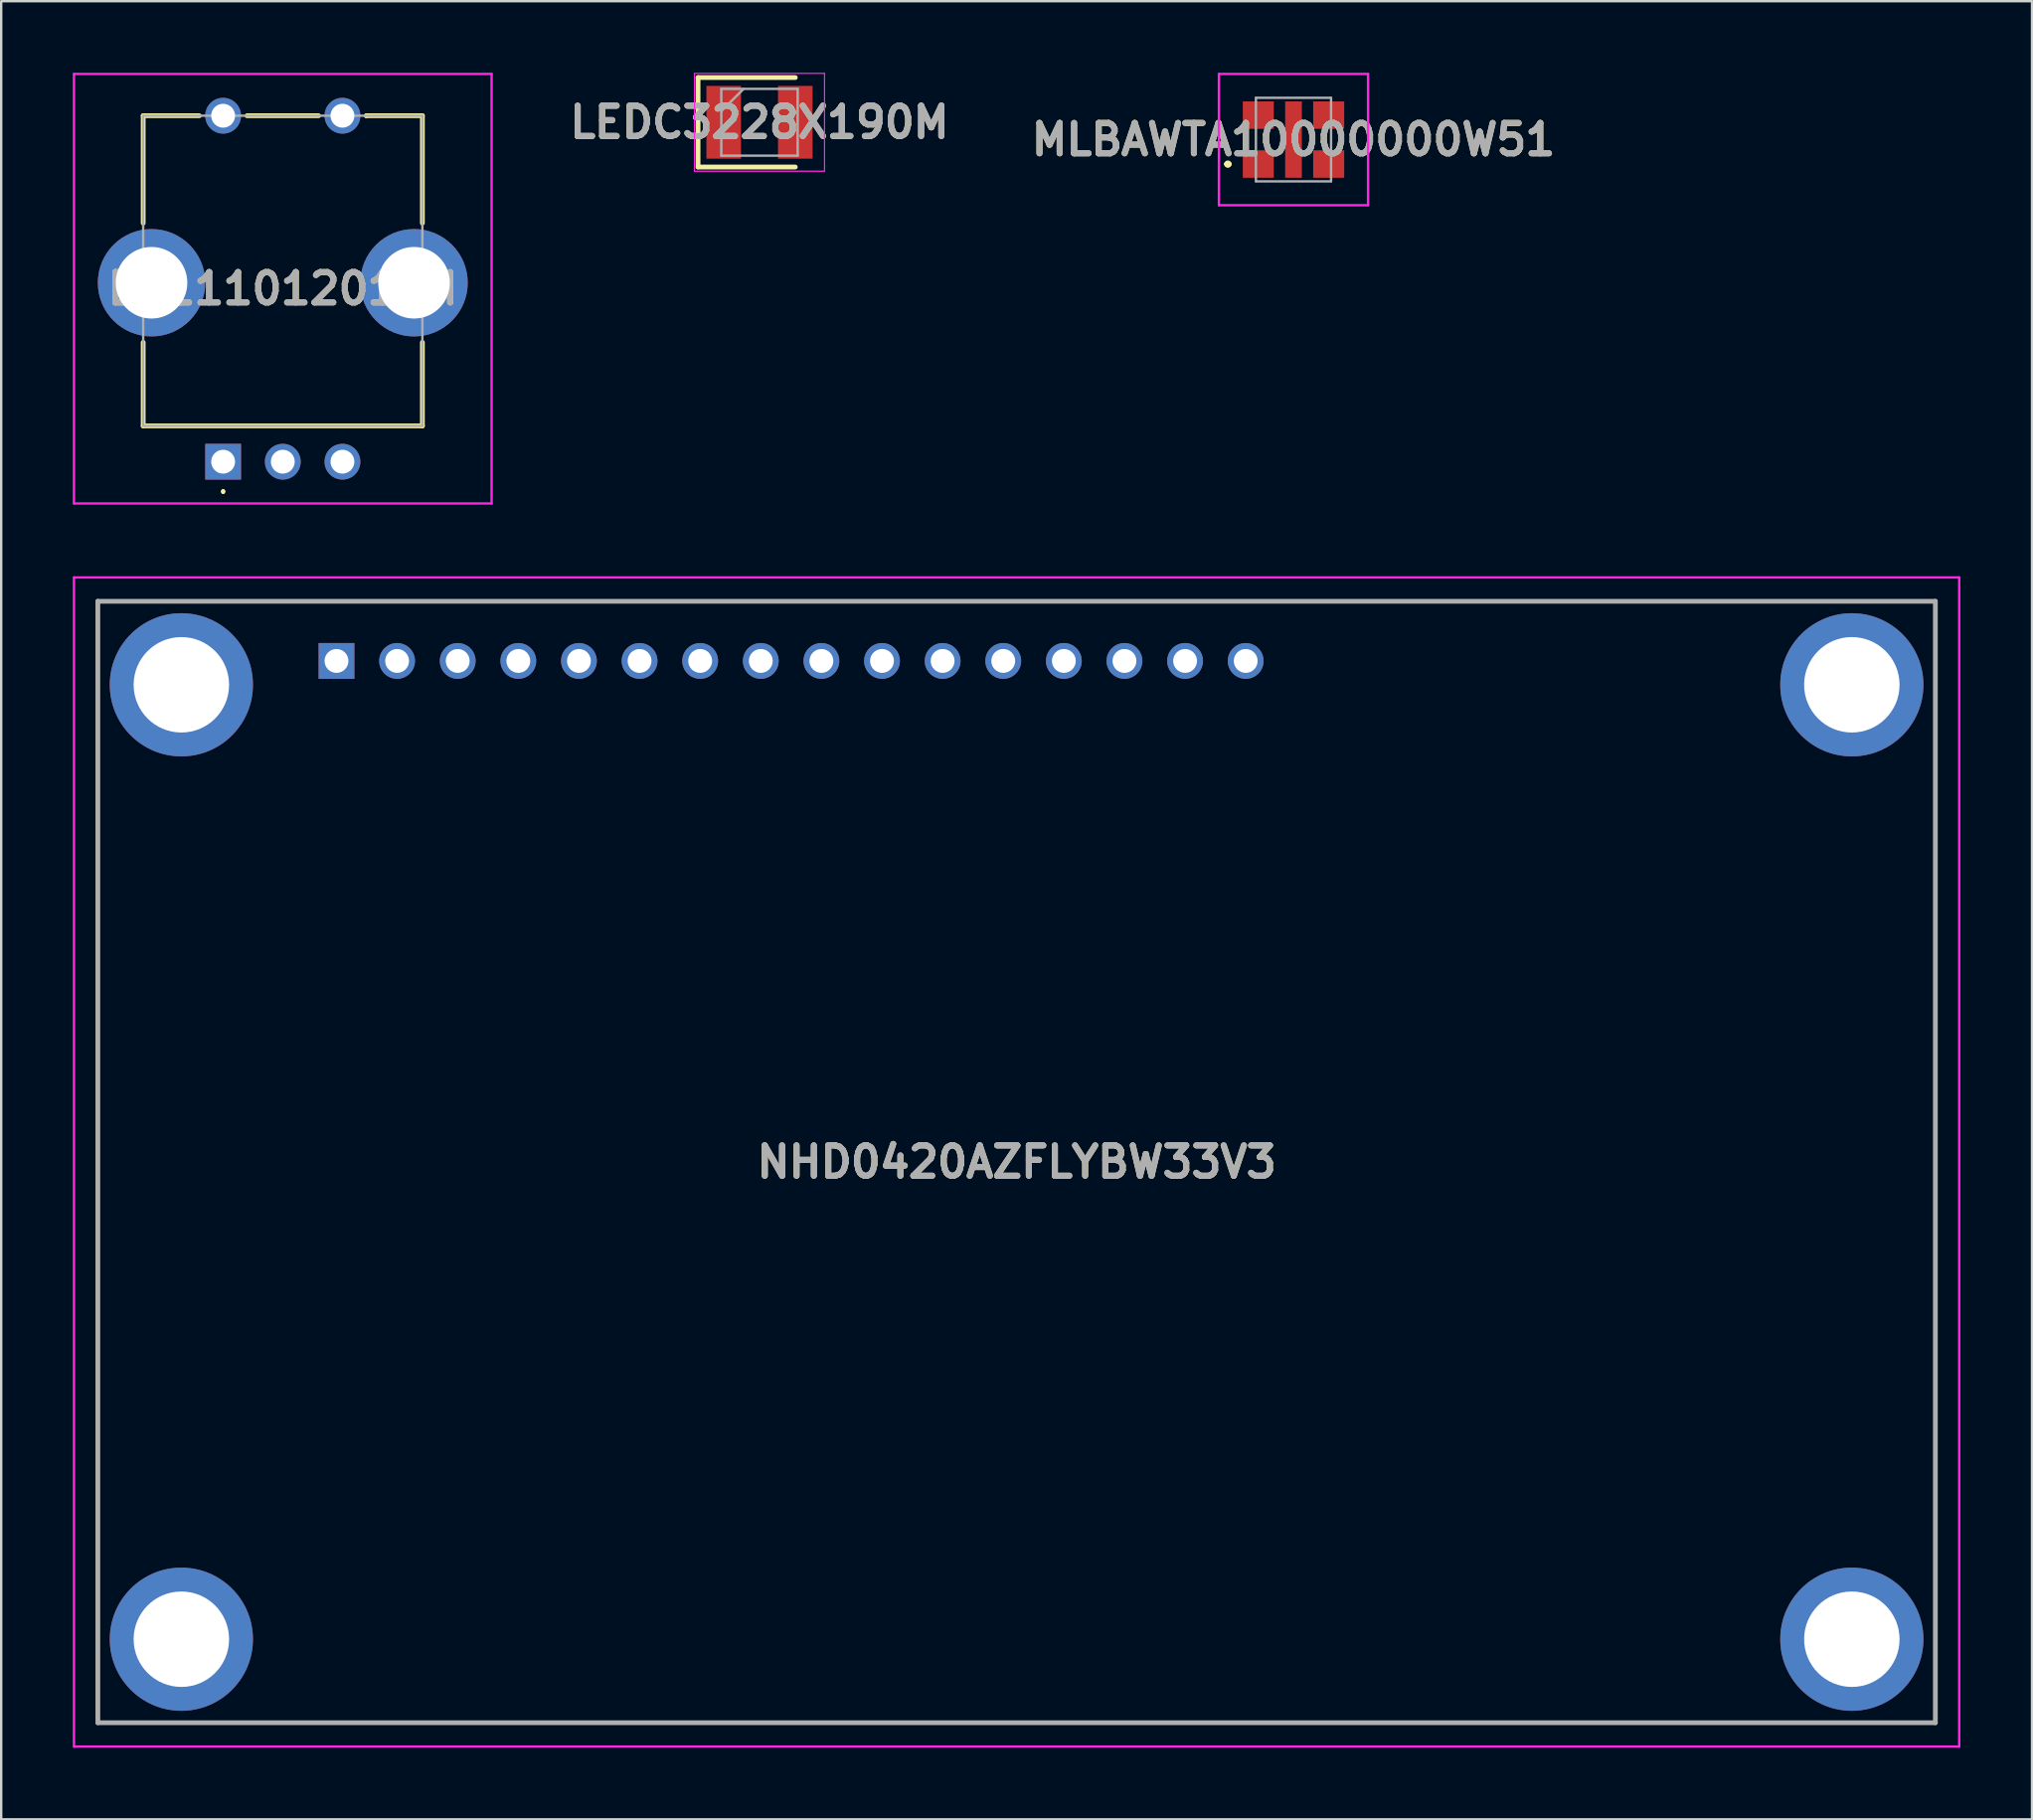
<source format=kicad_pcb>
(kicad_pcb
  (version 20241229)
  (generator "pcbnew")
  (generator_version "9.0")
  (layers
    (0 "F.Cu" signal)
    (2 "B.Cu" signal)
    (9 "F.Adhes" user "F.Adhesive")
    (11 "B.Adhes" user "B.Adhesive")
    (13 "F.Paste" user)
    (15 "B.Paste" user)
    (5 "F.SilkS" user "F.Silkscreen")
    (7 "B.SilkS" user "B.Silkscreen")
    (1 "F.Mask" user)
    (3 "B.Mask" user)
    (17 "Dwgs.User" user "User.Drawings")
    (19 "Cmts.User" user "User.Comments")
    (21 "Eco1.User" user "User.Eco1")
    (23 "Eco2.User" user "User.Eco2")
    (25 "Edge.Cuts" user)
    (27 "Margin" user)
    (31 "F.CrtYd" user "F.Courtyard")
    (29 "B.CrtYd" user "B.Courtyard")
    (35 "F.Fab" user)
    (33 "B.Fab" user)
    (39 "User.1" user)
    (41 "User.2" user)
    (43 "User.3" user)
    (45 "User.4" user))
  (footprint "NHD0420AZFLYBW33V3"
    (layer "F.Cu")
    (at 11.05 24.65)
    (property "Reference" "NHD0420AZFLYBW33V3" (at 28.5 21 0) (layer "F.SilkS") (effects (font (size 1.27 1.27) (thickness 0.254))))
    (attr through_hole)
    (fp_line (start -10 -2.5) (end 67 -2.5) (stroke (width 0.1) (type solid)) (layer "F.SilkS"))
    (fp_line (start -10 44.5) (end -10 -2.5) (stroke (width 0.1) (type solid)) (layer "F.SilkS"))
    (fp_line (start 67 -2.5) (end 67 44.5) (stroke (width 0.1) (type solid)) (layer "F.SilkS"))
    (fp_line (start 67 44.5) (end -10 44.5) (stroke (width 0.1) (type solid)) (layer "F.SilkS"))
    (fp_line (start -11 -3.5) (end 68 -3.5) (stroke (width 0.1) (type solid)) (layer "F.CrtYd"))
    (fp_line (start -11 45.5) (end -11 -3.5) (stroke (width 0.1) (type solid)) (layer "F.CrtYd"))
    (fp_line (start 68 -3.5) (end 68 45.5) (stroke (width 0.1) (type solid)) (layer "F.CrtYd"))
    (fp_line (start 68 45.5) (end -11 45.5) (stroke (width 0.1) (type solid)) (layer "F.CrtYd"))
    (fp_line (start -10 -2.5) (end 67 -2.5) (stroke (width 0.2) (type solid)) (layer "F.Fab"))
    (fp_line (start -10 44.5) (end -10 -2.5) (stroke (width 0.2) (type solid)) (layer "F.Fab"))
    (fp_line (start 67 -2.5) (end 67 44.5) (stroke (width 0.2) (type solid)) (layer "F.Fab"))
    (fp_line (start 67 44.5) (end -10 44.5) (stroke (width 0.2) (type solid)) (layer "F.Fab"))
    (fp_text user "${REFERENCE}" (at 28.5 21 0) (layer "F.Fab") (effects (font (size 1.27 1.27) (thickness 0.254))))
    (pad "1" thru_hole rect (at 0 0) (size 1.5 1.5) (drill 1) (layers "*.Cu" "*.Mask"))
    (pad "2" thru_hole circle (at 2.54 0) (size 1.5 1.5) (drill 1) (layers "*.Cu" "*.Mask"))
    (pad "3" thru_hole circle (at 5.08 0) (size 1.5 1.5) (drill 1) (layers "*.Cu" "*.Mask"))
    (pad "4" thru_hole circle (at 7.62 0) (size 1.5 1.5) (drill 1) (layers "*.Cu" "*.Mask"))
    (pad "5" thru_hole circle (at 10.16 0) (size 1.5 1.5) (drill 1) (layers "*.Cu" "*.Mask"))
    (pad "6" thru_hole circle (at 12.7 0) (size 1.5 1.5) (drill 1) (layers "*.Cu" "*.Mask"))
    (pad "7" thru_hole circle (at 15.24 0) (size 1.5 1.5) (drill 1) (layers "*.Cu" "*.Mask"))
    (pad "8" thru_hole circle (at 17.78 0) (size 1.5 1.5) (drill 1) (layers "*.Cu" "*.Mask"))
    (pad "9" thru_hole circle (at 20.32 0) (size 1.5 1.5) (drill 1) (layers "*.Cu" "*.Mask"))
    (pad "10" thru_hole circle (at 22.86 0) (size 1.5 1.5) (drill 1) (layers "*.Cu" "*.Mask"))
    (pad "11" thru_hole circle (at 25.4 0) (size 1.5 1.5) (drill 1) (layers "*.Cu" "*.Mask"))
    (pad "12" thru_hole circle (at 27.94 0) (size 1.5 1.5) (drill 1) (layers "*.Cu" "*.Mask"))
    (pad "13" thru_hole circle (at 30.48 0) (size 1.5 1.5) (drill 1) (layers "*.Cu" "*.Mask"))
    (pad "14" thru_hole circle (at 33.02 0) (size 1.5 1.5) (drill 1) (layers "*.Cu" "*.Mask"))
    (pad "15" thru_hole circle (at 35.56 0) (size 1.5 1.5) (drill 1) (layers "*.Cu" "*.Mask"))
    (pad "16" thru_hole circle (at 38.1 0) (size 1.5 1.5) (drill 1) (layers "*.Cu" "*.Mask"))
    (pad "MH1" thru_hole circle (at -6.5 1) (size 6 6) (drill 4) (layers "*.Cu" "*.Mask"))
    (pad "MH2" thru_hole circle (at -6.5 41) (size 6 6) (drill 4) (layers "*.Cu" "*.Mask"))
    (pad "MH3" thru_hole circle (at 63.5 41) (size 6 6) (drill 4) (layers "*.Cu" "*.Mask"))
    (pad "MH4" thru_hole circle (at 63.5 1) (size 6 6) (drill 4) (layers "*.Cu" "*.Mask")))
  (footprint "LEDC3228X190M"
    (layer "F.Cu")
    (at 28.776 2.075)
    (property "Reference" "LEDC3228X190M" (at 0 0 0) (layer "F.SilkS") (effects (font (size 1.27 1.27) (thickness 0.254))))
    (attr smd)
    (fp_line (start -2.575 -1.875) (end -2.575 1.875) (stroke (width 0.2) (type solid)) (layer "F.SilkS"))
    (fp_line (start -2.575 1.875) (end 1.5 1.875) (stroke (width 0.2) (type solid)) (layer "F.SilkS"))
    (fp_line (start 1.5 -1.875) (end -2.575 -1.875) (stroke (width 0.2) (type solid)) (layer "F.SilkS"))
    (fp_line (start -2.725 -2.05) (end 2.725 -2.05) (stroke (width 0.05) (type solid)) (layer "F.CrtYd"))
    (fp_line (start -2.725 2.05) (end -2.725 -2.05) (stroke (width 0.05) (type solid)) (layer "F.CrtYd"))
    (fp_line (start 2.725 -2.05) (end 2.725 2.05) (stroke (width 0.05) (type solid)) (layer "F.CrtYd"))
    (fp_line (start 2.725 2.05) (end -2.725 2.05) (stroke (width 0.05) (type solid)) (layer "F.CrtYd"))
    (fp_line (start -1.6 -1.4) (end 1.6 -1.4) (stroke (width 0.1) (type solid)) (layer "F.Fab"))
    (fp_line (start -1.6 -0.467) (end -0.667 -1.4) (stroke (width 0.1) (type solid)) (layer "F.Fab"))
    (fp_line (start -1.6 1.4) (end -1.6 -1.4) (stroke (width 0.1) (type solid)) (layer "F.Fab"))
    (fp_line (start 1.6 -1.4) (end 1.6 1.4) (stroke (width 0.1) (type solid)) (layer "F.Fab"))
    (fp_line (start 1.6 1.4) (end -1.6 1.4) (stroke (width 0.1) (type solid)) (layer "F.Fab"))
    (fp_text user "${REFERENCE}" (at 0 0 0) (layer "F.Fab") (effects (font (size 1.27 1.27) (thickness 0.254))))
    (pad "1" smd rect (at -1.5 0) (size 1.45 3.05) (layers "F.Cu" "F.Mask" "F.Paste"))
    (pad "2" smd rect (at 1.5 0) (size 1.45 3.05) (layers "F.Cu" "F.Mask" "F.Paste")))
  (footprint "MLBAWTA10000000W51"
    (layer "F.Cu")
    (at 51.153 2.8)
    (property "Reference" "MLBAWTA10000000W51" (at 0 0 0) (layer "F.SilkS") (effects (font (size 1.27 1.27) (thickness 0.254))))
    (attr smd)
    (fp_line (start -2.8 1.025) (end -2.8 1.025) (stroke (width 0.2) (type solid)) (layer "F.SilkS"))
    (fp_line (start -2.8 1.025) (end -2.8 1.025) (stroke (width 0.2) (type solid)) (layer "F.SilkS"))
    (fp_line (start -2.7 1.025) (end -2.7 1.025) (stroke (width 0.2) (type solid)) (layer "F.SilkS"))
    (fp_arc (start -2.8 1.025) (mid -2.75 0.975) (end -2.7 1.025) (stroke (width 0.2) (type solid)) (layer "F.SilkS"))
    (fp_arc (start -2.7 1.025) (mid -2.75 1.075) (end -2.8 1.025) (stroke (width 0.2) (type solid)) (layer "F.SilkS"))
    (fp_arc (start -2.7 1.025) (mid -2.75 1.075) (end -2.8 1.025) (stroke (width 0.2) (type solid)) (layer "F.SilkS"))
    (fp_line (start -3.125 -2.75) (end 3.125 -2.75) (stroke (width 0.1) (type solid)) (layer "F.CrtYd"))
    (fp_line (start -3.125 2.75) (end -3.125 -2.75) (stroke (width 0.1) (type solid)) (layer "F.CrtYd"))
    (fp_line (start 3.125 -2.75) (end 3.125 2.75) (stroke (width 0.1) (type solid)) (layer "F.CrtYd"))
    (fp_line (start 3.125 2.75) (end -3.125 2.75) (stroke (width 0.1) (type solid)) (layer "F.CrtYd"))
    (fp_line (start -1.575 -1.75) (end 1.575 -1.75) (stroke (width 0.1) (type solid)) (layer "F.Fab"))
    (fp_line (start -1.575 1.75) (end -1.575 -1.75) (stroke (width 0.1) (type solid)) (layer "F.Fab"))
    (fp_line (start 1.575 -1.75) (end 1.575 1.75) (stroke (width 0.1) (type solid)) (layer "F.Fab"))
    (fp_line (start 1.575 1.75) (end -1.575 1.75) (stroke (width 0.1) (type solid)) (layer "F.Fab"))
    (fp_text user "${REFERENCE}" (at 0 0 0) (layer "F.Fab") (effects (font (size 1.27 1.27) (thickness 0.254))))
    (pad "1" smd rect (at -1.475 1.025 90) (size 1.15 1.3) (layers "F.Cu" "F.Mask" "F.Paste"))
    (pad "2" smd rect (at 1.475 1.025 90) (size 1.15 1.3) (layers "F.Cu" "F.Mask" "F.Paste"))
    (pad "3" smd rect (at 1.475 -1.025 90) (size 1.15 1.3) (layers "F.Cu" "F.Mask" "F.Paste"))
    (pad "4" smd rect (at -1.475 -1.025 90) (size 1.15 1.3) (layers "F.Cu" "F.Mask" "F.Paste"))
    (pad "5" smd rect (at 0 0) (size 0.7 3.2) (layers "F.Cu" "F.Mask" "F.Paste")))
  (footprint "EC111012010H"
    (layer "F.Cu")
    (at 6.3 16.3)
    (property "Reference" "EC111012010H" (at 2.5 -7.25 0) (layer "F.SilkS") (effects (font (size 1.27 1.27) (thickness 0.254))))
    (attr through_hole)
    (fp_line (start -3.35 -14.5) (end -1 -14.5) (stroke (width 0.2) (type solid)) (layer "F.SilkS"))
    (fp_line (start -3.35 -10) (end -3.35 -14.5) (stroke (width 0.2) (type solid)) (layer "F.SilkS"))
    (fp_line (start -3.35 -1.5) (end -3.35 -5) (stroke (width 0.2) (type solid)) (layer "F.SilkS"))
    (fp_line (start 0 1.2) (end 0 1.2) (stroke (width 0.1) (type solid)) (layer "F.SilkS"))
    (fp_line (start 0 1.3) (end 0 1.3) (stroke (width 0.1) (type solid)) (layer "F.SilkS"))
    (fp_line (start 1 -14.5) (end 4 -14.5) (stroke (width 0.2) (type solid)) (layer "F.SilkS"))
    (fp_line (start 6 -14.5) (end 6 -14.5) (stroke (width 0.2) (type solid)) (layer "F.SilkS"))
    (fp_line (start 6 -14.5) (end 8.35 -14.5) (stroke (width 0.2) (type solid)) (layer "F.SilkS"))
    (fp_line (start 8.35 -14.5) (end 8.35 -10) (stroke (width 0.2) (type solid)) (layer "F.SilkS"))
    (fp_line (start 8.35 -5) (end 8.35 -1.5) (stroke (width 0.2) (type solid)) (layer "F.SilkS"))
    (fp_line (start 8.35 -1.5) (end -3.35 -1.5) (stroke (width 0.2) (type solid)) (layer "F.SilkS"))
    (fp_arc (start 0 1.2) (mid 0.05 1.25) (end 0 1.3) (stroke (width 0.1) (type solid)) (layer "F.SilkS"))
    (fp_arc (start 0 1.3) (mid -0.05 1.25) (end 0 1.2) (stroke (width 0.1) (type solid)) (layer "F.SilkS"))
    (fp_line (start -6.25 -16.25) (end 11.25 -16.25) (stroke (width 0.1) (type solid)) (layer "F.CrtYd"))
    (fp_line (start -6.25 1.75) (end -6.25 -16.25) (stroke (width 0.1) (type solid)) (layer "F.CrtYd"))
    (fp_line (start 11.25 -16.25) (end 11.25 1.75) (stroke (width 0.1) (type solid)) (layer "F.CrtYd"))
    (fp_line (start 11.25 1.75) (end -6.25 1.75) (stroke (width 0.1) (type solid)) (layer "F.CrtYd"))
    (fp_line (start -3.35 -14.5) (end 8.35 -14.5) (stroke (width 0.1) (type solid)) (layer "F.Fab"))
    (fp_line (start -3.35 -1.5) (end -3.35 -14.5) (stroke (width 0.1) (type solid)) (layer "F.Fab"))
    (fp_line (start 8.35 -14.5) (end 8.35 -1.5) (stroke (width 0.1) (type solid)) (layer "F.Fab"))
    (fp_line (start 8.35 -1.5) (end -3.35 -1.5) (stroke (width 0.1) (type solid)) (layer "F.Fab"))
    (fp_text user "${REFERENCE}" (at 2.5 -7.25 0) (layer "F.Fab") (effects (font (size 1.27 1.27) (thickness 0.254))))
    (pad "A1" thru_hole rect (at 0 0) (size 1.5 1.5) (drill 1) (layers "*.Cu" "*.Mask"))
    (pad "B1" thru_hole circle (at 5 0) (size 1.5 1.5) (drill 1) (layers "*.Cu" "*.Mask"))
    (pad "C1" thru_hole circle (at 2.5 0) (size 1.5 1.5) (drill 1) (layers "*.Cu" "*.Mask"))
    (pad "D1" thru_hole circle (at 0 -14.5) (size 1.5 1.5) (drill 1) (layers "*.Cu" "*.Mask"))
    (pad "E1" thru_hole circle (at 5 -14.5) (size 1.5 1.5) (drill 1) (layers "*.Cu" "*.Mask"))
    (pad "MH1" thru_hole circle (at -3 -7.5) (size 4.5 4.5) (drill 3) (layers "*.Cu" "*.Mask"))
    (pad "MH2" thru_hole circle (at 8 -7.5) (size 4.5 4.5) (drill 3) (layers "*.Cu" "*.Mask")))
  (gr_rect
    (start -3 -3)
    (end 82.1 73.2)
    (stroke (width 0.1) (type default))
    (fill no)
    (layer "Edge.Cuts")))
</source>
